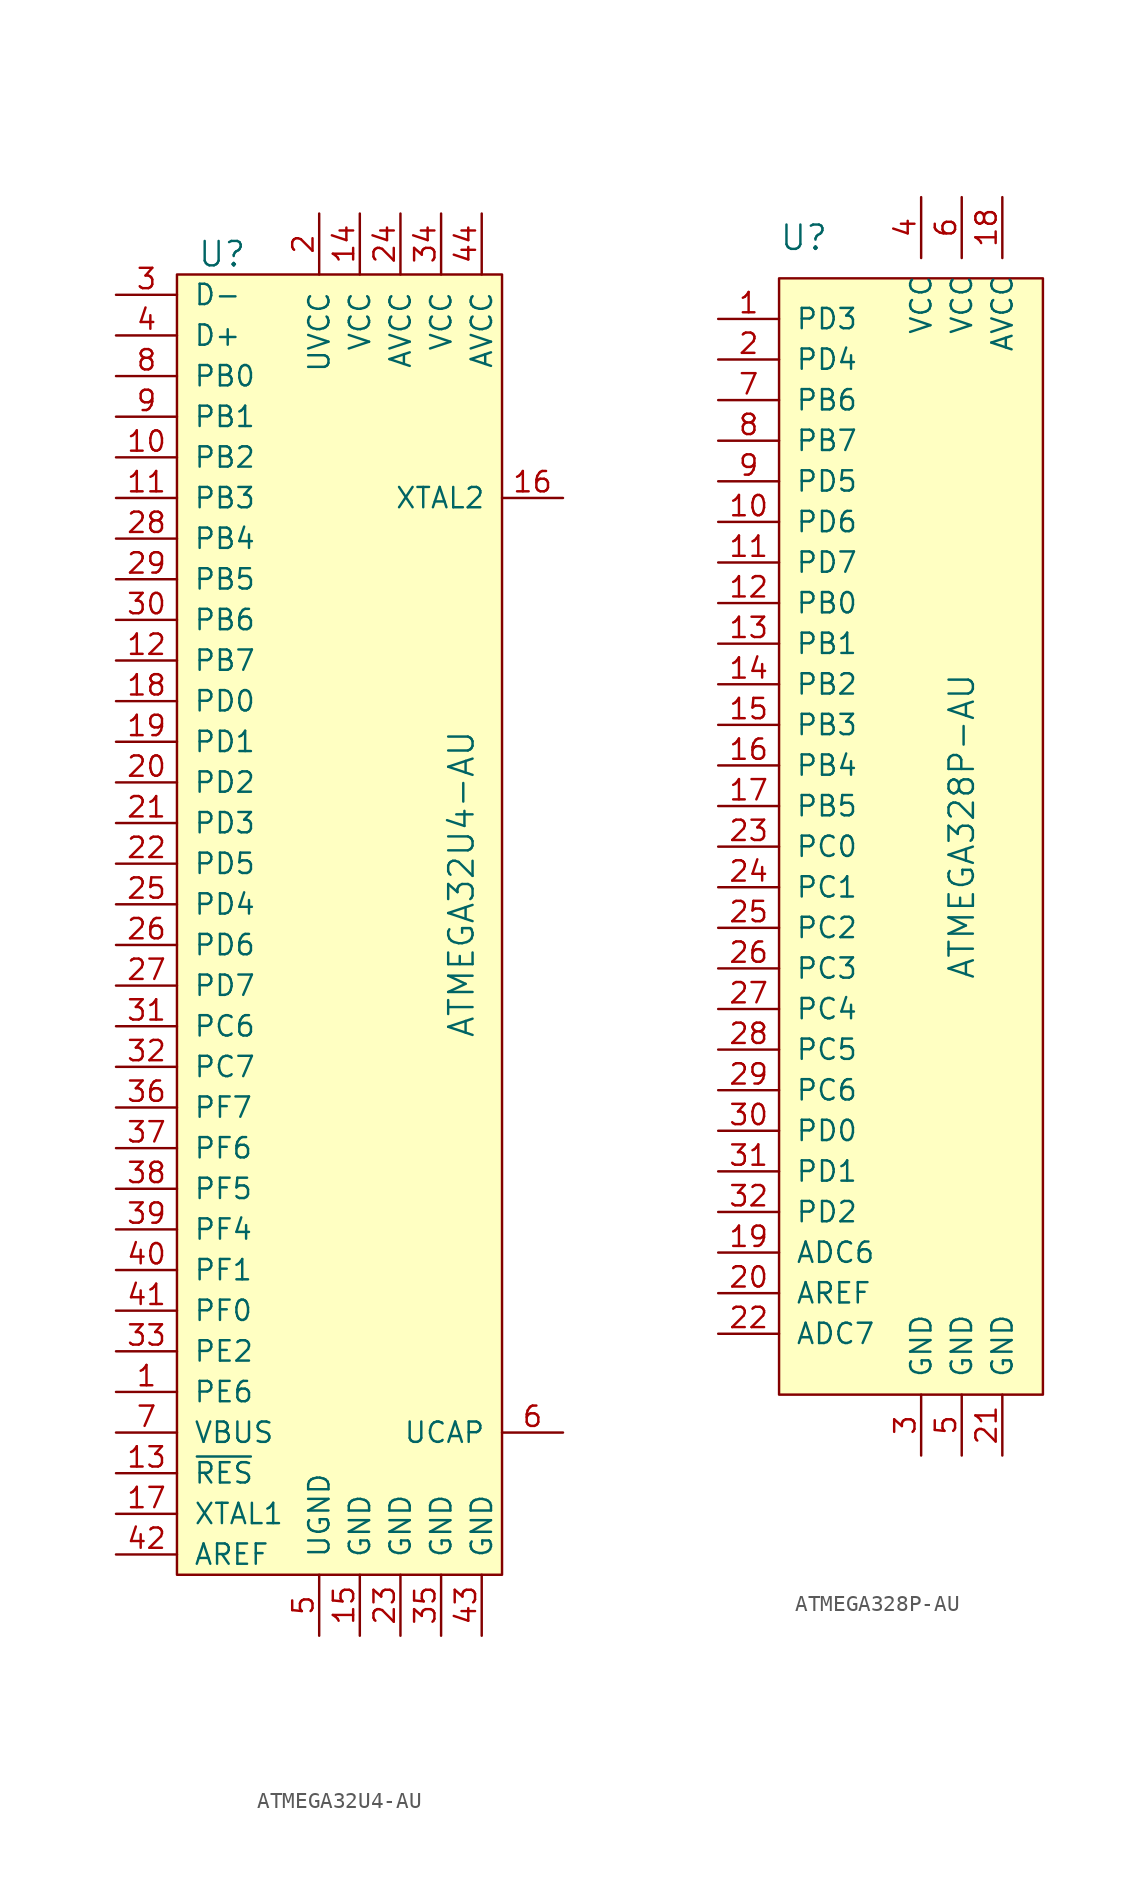
<source format=kicad_sym>
(kicad_symbol_lib
  (version 20220914)
  (generator kicad_symbol_editor)
  (symbol "ATMEGA32U4-AU"
    (pin_names
      (offset 1.016))
    (property "Reference" "U"
      (at -10.16 35.56 0)
      (effects (font (size 1.524 1.524)) (justify left)))
    (property "Value" "ATMEGA32U4-AU"
      (at 6.35 -3.81 90)
      (effects (font (size 1.524 1.524))))
    (symbol "ATMEGA32U4-AU_0_1"
      (rectangle (start -11.43 34.29) (end 8.89 -46.99) (stroke (width 0) (type solid)) (fill (type background))))
    (symbol "ATMEGA32U4-AU_1_1"
      (pin bidirectional line (at -15.24 -35.56 0) (length 3.81) (name "PE6" (effects (font (size 1.27 1.27)))) (number "1" (effects (font (size 1.27 1.27)))))
      (pin bidirectional line (at -15.24 22.86 0) (length 3.81) (name "PB2" (effects (font (size 1.27 1.27)))) (number "10" (effects (font (size 1.27 1.27)))))
      (pin bidirectional line (at -15.24 20.32 0) (length 3.81) (name "PB3" (effects (font (size 1.27 1.27)))) (number "11" (effects (font (size 1.27 1.27)))))
      (pin bidirectional line (at -15.24 10.16 0) (length 3.81) (name "PB7" (effects (font (size 1.27 1.27)))) (number "12" (effects (font (size 1.27 1.27)))))
      (pin input line (at -15.24 -40.64 0) (length 3.81) (name "~{RES}" (effects (font (size 1.27 1.27)))) (number "13" (effects (font (size 1.27 1.27)))))
      (pin power_in line (at 0 38.1 270) (length 3.81) (name "VCC" (effects (font (size 1.27 1.27)))) (number "14" (effects (font (size 1.27 1.27)))))
      (pin power_in line (at 0 -50.8 90) (length 3.81) (name "GND" (effects (font (size 1.27 1.27)))) (number "15" (effects (font (size 1.27 1.27)))))
      (pin output line (at 12.7 20.32 180) (length 3.81) (name "XTAL2" (effects (font (size 1.27 1.27)))) (number "16" (effects (font (size 1.27 1.27)))))
      (pin input line (at -15.24 -43.18 0) (length 3.81) (name "XTAL1" (effects (font (size 1.27 1.27)))) (number "17" (effects (font (size 1.27 1.27)))))
      (pin bidirectional line (at -15.24 7.62 0) (length 3.81) (name "PD0" (effects (font (size 1.27 1.27)))) (number "18" (effects (font (size 1.27 1.27)))))
      (pin bidirectional line (at -15.24 5.08 0) (length 3.81) (name "PD1" (effects (font (size 1.27 1.27)))) (number "19" (effects (font (size 1.27 1.27)))))
      (pin power_in line (at -2.54 38.1 270) (length 3.81) (name "UVCC" (effects (font (size 1.27 1.27)))) (number "2" (effects (font (size 1.27 1.27)))))
      (pin bidirectional line (at -15.24 2.54 0) (length 3.81) (name "PD2" (effects (font (size 1.27 1.27)))) (number "20" (effects (font (size 1.27 1.27)))))
      (pin bidirectional line (at -15.24 0 0) (length 3.81) (name "PD3" (effects (font (size 1.27 1.27)))) (number "21" (effects (font (size 1.27 1.27)))))
      (pin bidirectional line (at -15.24 -2.54 0) (length 3.81) (name "PD5" (effects (font (size 1.27 1.27)))) (number "22" (effects (font (size 1.27 1.27)))))
      (pin power_in line (at 2.54 -50.8 90) (length 3.81) (name "GND" (effects (font (size 1.27 1.27)))) (number "23" (effects (font (size 1.27 1.27)))))
      (pin power_in line (at 2.54 38.1 270) (length 3.81) (name "AVCC" (effects (font (size 1.27 1.27)))) (number "24" (effects (font (size 1.27 1.27)))))
      (pin bidirectional line (at -15.24 -5.08 0) (length 3.81) (name "PD4" (effects (font (size 1.27 1.27)))) (number "25" (effects (font (size 1.27 1.27)))))
      (pin bidirectional line (at -15.24 -7.62 0) (length 3.81) (name "PD6" (effects (font (size 1.27 1.27)))) (number "26" (effects (font (size 1.27 1.27)))))
      (pin bidirectional line (at -15.24 -10.16 0) (length 3.81) (name "PD7" (effects (font (size 1.27 1.27)))) (number "27" (effects (font (size 1.27 1.27)))))
      (pin bidirectional line (at -15.24 17.78 0) (length 3.81) (name "PB4" (effects (font (size 1.27 1.27)))) (number "28" (effects (font (size 1.27 1.27)))))
      (pin bidirectional line (at -15.24 15.24 0) (length 3.81) (name "PB5" (effects (font (size 1.27 1.27)))) (number "29" (effects (font (size 1.27 1.27)))))
      (pin bidirectional line (at -15.24 33.02 0) (length 3.81) (name "D-" (effects (font (size 1.27 1.27)))) (number "3" (effects (font (size 1.27 1.27)))))
      (pin bidirectional line (at -15.24 12.7 0) (length 3.81) (name "PB6" (effects (font (size 1.27 1.27)))) (number "30" (effects (font (size 1.27 1.27)))))
      (pin bidirectional line (at -15.24 -12.7 0) (length 3.81) (name "PC6" (effects (font (size 1.27 1.27)))) (number "31" (effects (font (size 1.27 1.27)))))
      (pin bidirectional line (at -15.24 -15.24 0) (length 3.81) (name "PC7" (effects (font (size 1.27 1.27)))) (number "32" (effects (font (size 1.27 1.27)))))
      (pin bidirectional line (at -15.24 -33.02 0) (length 3.81) (name "PE2" (effects (font (size 1.27 1.27)))) (number "33" (effects (font (size 1.27 1.27)))))
      (pin power_in line (at 5.08 38.1 270) (length 3.81) (name "VCC" (effects (font (size 1.27 1.27)))) (number "34" (effects (font (size 1.27 1.27)))))
      (pin power_in line (at 5.08 -50.8 90) (length 3.81) (name "GND" (effects (font (size 1.27 1.27)))) (number "35" (effects (font (size 1.27 1.27)))))
      (pin bidirectional line (at -15.24 -17.78 0) (length 3.81) (name "PF7" (effects (font (size 1.27 1.27)))) (number "36" (effects (font (size 1.27 1.27)))))
      (pin bidirectional line (at -15.24 -20.32 0) (length 3.81) (name "PF6" (effects (font (size 1.27 1.27)))) (number "37" (effects (font (size 1.27 1.27)))))
      (pin bidirectional line (at -15.24 -22.86 0) (length 3.81) (name "PF5" (effects (font (size 1.27 1.27)))) (number "38" (effects (font (size 1.27 1.27)))))
      (pin bidirectional line (at -15.24 -25.4 0) (length 3.81) (name "PF4" (effects (font (size 1.27 1.27)))) (number "39" (effects (font (size 1.27 1.27)))))
      (pin bidirectional line (at -15.24 30.48 0) (length 3.81) (name "D+" (effects (font (size 1.27 1.27)))) (number "4" (effects (font (size 1.27 1.27)))))
      (pin bidirectional line (at -15.24 -27.94 0) (length 3.81) (name "PF1" (effects (font (size 1.27 1.27)))) (number "40" (effects (font (size 1.27 1.27)))))
      (pin bidirectional line (at -15.24 -30.48 0) (length 3.81) (name "PF0" (effects (font (size 1.27 1.27)))) (number "41" (effects (font (size 1.27 1.27)))))
      (pin input line (at -15.24 -45.72 0) (length 3.81) (name "AREF" (effects (font (size 1.27 1.27)))) (number "42" (effects (font (size 1.27 1.27)))))
      (pin power_in line (at 7.62 -50.8 90) (length 3.81) (name "GND" (effects (font (size 1.27 1.27)))) (number "43" (effects (font (size 1.27 1.27)))))
      (pin power_in line (at 7.62 38.1 270) (length 3.81) (name "AVCC" (effects (font (size 1.27 1.27)))) (number "44" (effects (font (size 1.27 1.27)))))
      (pin power_in line (at -2.54 -50.8 90) (length 3.81) (name "UGND" (effects (font (size 1.27 1.27)))) (number "5" (effects (font (size 1.27 1.27)))))
      (pin unspecified line (at 12.7 -38.1 180) (length 3.81) (name "UCAP" (effects (font (size 1.27 1.27)))) (number "6" (effects (font (size 1.27 1.27)))))
      (pin input line (at -15.24 -38.1 0) (length 3.81) (name "VBUS" (effects (font (size 1.27 1.27)))) (number "7" (effects (font (size 1.27 1.27)))))
      (pin bidirectional line (at -15.24 27.94 0) (length 3.81) (name "PB0" (effects (font (size 1.27 1.27)))) (number "8" (effects (font (size 1.27 1.27)))))
      (pin bidirectional line (at -15.24 25.4 0) (length 3.81) (name "PB1" (effects (font (size 1.27 1.27)))) (number "9" (effects (font (size 1.27 1.27)))))))
  (symbol "ATMEGA328P-AU"
    (pin_names
      (offset 1.016))
    (property "Reference" "U"
      (at -8.89 38.1 0)
      (effects (font (size 1.524 1.524)) (justify left)))
    (property "Value" "ATMEGA328P-AU"
      (at 2.54 1.27 90)
      (effects (font (size 1.524 1.524))))
    (symbol "ATMEGA328P-AU_0_1"
      (rectangle (start -8.89 35.56) (end 7.62 -34.29) (stroke (width 0) (type solid)) (fill (type background))))
    (symbol "ATMEGA328P-AU_1_1"
      (pin bidirectional line (at -12.7 33.02 0) (length 3.81) (name "PD3" (effects (font (size 1.27 1.27)))) (number "1" (effects (font (size 1.27 1.27)))))
      (pin bidirectional line (at -12.7 20.32 0) (length 3.81) (name "PD6" (effects (font (size 1.27 1.27)))) (number "10" (effects (font (size 1.27 1.27)))))
      (pin bidirectional line (at -12.7 17.78 0) (length 3.81) (name "PD7" (effects (font (size 1.27 1.27)))) (number "11" (effects (font (size 1.27 1.27)))))
      (pin bidirectional line (at -12.7 15.24 0) (length 3.81) (name "PB0" (effects (font (size 1.27 1.27)))) (number "12" (effects (font (size 1.27 1.27)))))
      (pin bidirectional line (at -12.7 12.7 0) (length 3.81) (name "PB1" (effects (font (size 1.27 1.27)))) (number "13" (effects (font (size 1.27 1.27)))))
      (pin bidirectional line (at -12.7 10.16 0) (length 3.81) (name "PB2" (effects (font (size 1.27 1.27)))) (number "14" (effects (font (size 1.27 1.27)))))
      (pin bidirectional line (at -12.7 7.62 0) (length 3.81) (name "PB3" (effects (font (size 1.27 1.27)))) (number "15" (effects (font (size 1.27 1.27)))))
      (pin bidirectional line (at -12.7 5.08 0) (length 3.81) (name "PB4" (effects (font (size 1.27 1.27)))) (number "16" (effects (font (size 1.27 1.27)))))
      (pin bidirectional line (at -12.7 2.54 0) (length 3.81) (name "PB5" (effects (font (size 1.27 1.27)))) (number "17" (effects (font (size 1.27 1.27)))))
      (pin power_in line (at 5.08 40.64 270) (length 3.81) (name "AVCC" (effects (font (size 1.27 1.27)))) (number "18" (effects (font (size 1.27 1.27)))))
      (pin input line (at -12.7 -25.4 0) (length 3.81) (name "ADC6" (effects (font (size 1.27 1.27)))) (number "19" (effects (font (size 1.27 1.27)))))
      (pin bidirectional line (at -12.7 30.48 0) (length 3.81) (name "PD4" (effects (font (size 1.27 1.27)))) (number "2" (effects (font (size 1.27 1.27)))))
      (pin input line (at -12.7 -27.94 0) (length 3.81) (name "AREF" (effects (font (size 1.27 1.27)))) (number "20" (effects (font (size 1.27 1.27)))))
      (pin power_in line (at 5.08 -38.1 90) (length 3.81) (name "GND" (effects (font (size 1.27 1.27)))) (number "21" (effects (font (size 1.27 1.27)))))
      (pin input line (at -12.7 -30.48 0) (length 3.81) (name "ADC7" (effects (font (size 1.27 1.27)))) (number "22" (effects (font (size 1.27 1.27)))))
      (pin bidirectional line (at -12.7 0 0) (length 3.81) (name "PC0" (effects (font (size 1.27 1.27)))) (number "23" (effects (font (size 1.27 1.27)))))
      (pin bidirectional line (at -12.7 -2.54 0) (length 3.81) (name "PC1" (effects (font (size 1.27 1.27)))) (number "24" (effects (font (size 1.27 1.27)))))
      (pin bidirectional line (at -12.7 -5.08 0) (length 3.81) (name "PC2" (effects (font (size 1.27 1.27)))) (number "25" (effects (font (size 1.27 1.27)))))
      (pin bidirectional line (at -12.7 -7.62 0) (length 3.81) (name "PC3" (effects (font (size 1.27 1.27)))) (number "26" (effects (font (size 1.27 1.27)))))
      (pin bidirectional line (at -12.7 -10.16 0) (length 3.81) (name "PC4" (effects (font (size 1.27 1.27)))) (number "27" (effects (font (size 1.27 1.27)))))
      (pin bidirectional line (at -12.7 -12.7 0) (length 3.81) (name "PC5" (effects (font (size 1.27 1.27)))) (number "28" (effects (font (size 1.27 1.27)))))
      (pin bidirectional line (at -12.7 -15.24 0) (length 3.81) (name "PC6" (effects (font (size 1.27 1.27)))) (number "29" (effects (font (size 1.27 1.27)))))
      (pin power_in line (at 0 -38.1 90) (length 3.81) (name "GND" (effects (font (size 1.27 1.27)))) (number "3" (effects (font (size 1.27 1.27)))))
      (pin bidirectional line (at -12.7 -17.78 0) (length 3.81) (name "PD0" (effects (font (size 1.27 1.27)))) (number "30" (effects (font (size 1.27 1.27)))))
      (pin bidirectional line (at -12.7 -20.32 0) (length 3.81) (name "PD1" (effects (font (size 1.27 1.27)))) (number "31" (effects (font (size 1.27 1.27)))))
      (pin bidirectional line (at -12.7 -22.86 0) (length 3.81) (name "PD2" (effects (font (size 1.27 1.27)))) (number "32" (effects (font (size 1.27 1.27)))))
      (pin power_in line (at 0 40.64 270) (length 3.81) (name "VCC" (effects (font (size 1.27 1.27)))) (number "4" (effects (font (size 1.27 1.27)))))
      (pin power_in line (at 2.54 -38.1 90) (length 3.81) (name "GND" (effects (font (size 1.27 1.27)))) (number "5" (effects (font (size 1.27 1.27)))))
      (pin power_in line (at 2.54 40.64 270) (length 3.81) (name "VCC" (effects (font (size 1.27 1.27)))) (number "6" (effects (font (size 1.27 1.27)))))
      (pin bidirectional line (at -12.7 27.94 0) (length 3.81) (name "PB6" (effects (font (size 1.27 1.27)))) (number "7" (effects (font (size 1.27 1.27)))))
      (pin bidirectional line (at -12.7 25.4 0) (length 3.81) (name "PB7" (effects (font (size 1.27 1.27)))) (number "8" (effects (font (size 1.27 1.27)))))
      (pin bidirectional line (at -12.7 22.86 0) (length 3.81) (name "PD5" (effects (font (size 1.27 1.27)))) (number "9" (effects (font (size 1.27 1.27))))))))
</source>
